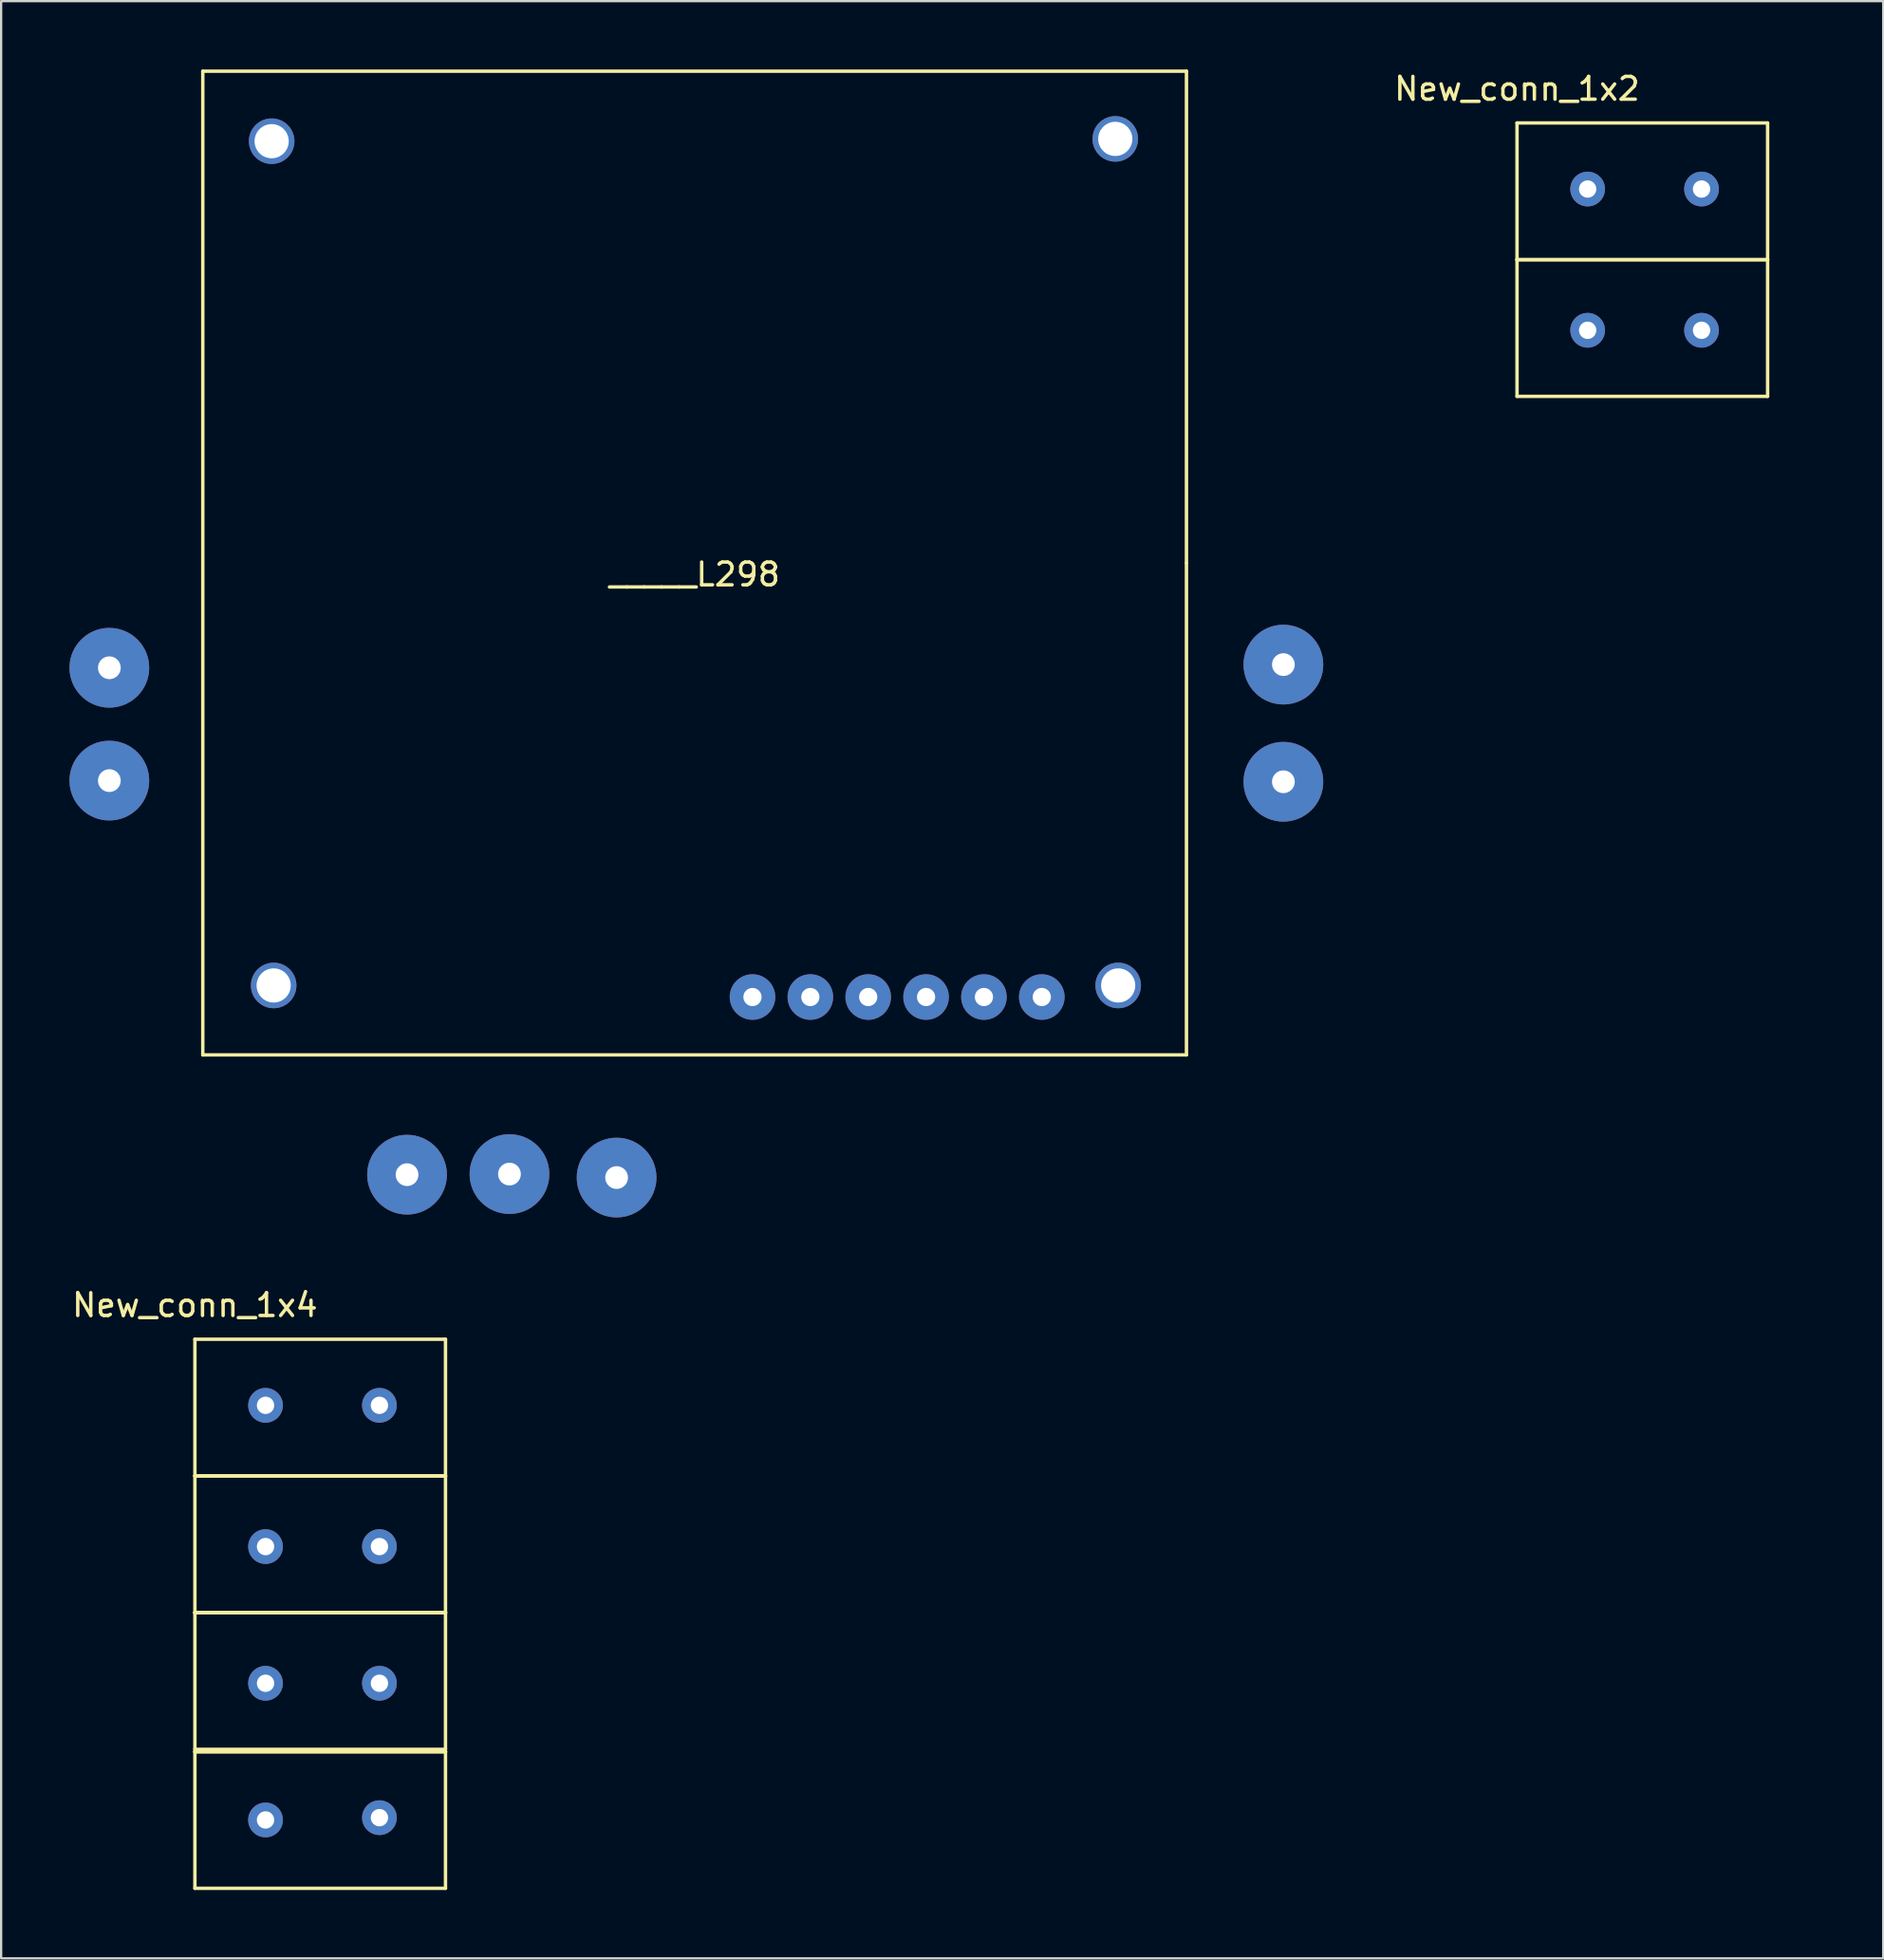
<source format=kicad_pcb>
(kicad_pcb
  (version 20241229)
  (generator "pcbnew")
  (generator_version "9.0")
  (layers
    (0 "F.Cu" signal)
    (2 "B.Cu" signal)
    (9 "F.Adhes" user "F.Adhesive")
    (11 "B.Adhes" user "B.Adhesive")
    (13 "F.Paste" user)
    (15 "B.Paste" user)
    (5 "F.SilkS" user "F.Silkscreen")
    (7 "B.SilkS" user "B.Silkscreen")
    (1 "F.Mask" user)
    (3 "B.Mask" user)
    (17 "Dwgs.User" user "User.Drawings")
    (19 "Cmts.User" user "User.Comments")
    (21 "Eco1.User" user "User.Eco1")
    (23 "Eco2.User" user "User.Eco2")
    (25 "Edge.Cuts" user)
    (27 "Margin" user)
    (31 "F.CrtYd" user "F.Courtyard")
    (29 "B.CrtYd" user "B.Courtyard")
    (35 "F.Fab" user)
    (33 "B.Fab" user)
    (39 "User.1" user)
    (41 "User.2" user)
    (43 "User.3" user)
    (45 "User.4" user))
  (footprint "New_conn_1x4"
    (layer "F.Cu")
    (at 5.506 53.738)
    (property "Reference" "New_conn_1x4" (at 0 0.5 0) (layer "F.SilkS") (effects (font (size 1 1) (thickness 0.15))))
    (attr through_hole)
    (fp_line (start 0 2) (end 11 2) (stroke (width 0.15) (type solid)) (layer "F.SilkS"))
    (fp_line (start 0 8) (end 0 2) (stroke (width 0.15) (type solid)) (layer "F.SilkS"))
    (fp_line (start 0 8) (end 11 8) (stroke (width 0.15) (type solid)) (layer "F.SilkS"))
    (fp_line (start 0 14) (end 0 8) (stroke (width 0.15) (type solid)) (layer "F.SilkS"))
    (fp_line (start 0 14) (end 11 14) (stroke (width 0.15) (type solid)) (layer "F.SilkS"))
    (fp_line (start 0 20) (end 0 14) (stroke (width 0.15) (type solid)) (layer "F.SilkS"))
    (fp_line (start 0 20.1) (end 11 20.1) (stroke (width 0.15) (type solid)) (layer "F.SilkS"))
    (fp_line (start 0 26.1) (end 0 20.1) (stroke (width 0.15) (type solid)) (layer "F.SilkS"))
    (fp_line (start 11 2) (end 11 8) (stroke (width 0.15) (type solid)) (layer "F.SilkS"))
    (fp_line (start 11 8) (end 0 8) (stroke (width 0.15) (type solid)) (layer "F.SilkS"))
    (fp_line (start 11 8) (end 11 14) (stroke (width 0.15) (type solid)) (layer "F.SilkS"))
    (fp_line (start 11 14) (end 0 14) (stroke (width 0.15) (type solid)) (layer "F.SilkS"))
    (fp_line (start 11 14) (end 0 14) (stroke (width 0.15) (type solid)) (layer "F.SilkS"))
    (fp_line (start 11 14) (end 11 20) (stroke (width 0.15) (type solid)) (layer "F.SilkS"))
    (fp_line (start 11 20) (end 0 20) (stroke (width 0.15) (type solid)) (layer "F.SilkS"))
    (fp_line (start 11 20.1) (end 0 20.1) (stroke (width 0.15) (type solid)) (layer "F.SilkS"))
    (fp_line (start 11 20.1) (end 0 20.1) (stroke (width 0.15) (type solid)) (layer "F.SilkS"))
    (fp_line (start 11 20.1) (end 11 26.1) (stroke (width 0.15) (type solid)) (layer "F.SilkS"))
    (fp_line (start 11 26.1) (end 0 26.1) (stroke (width 0.15) (type solid)) (layer "F.SilkS"))
    (fp_line (start 0 2) (end 13 2) (stroke (width 0.15) (type solid)) (layer "B.Paste"))
    (fp_line (start 0 8) (end 13 8) (stroke (width 0.15) (type solid)) (layer "B.Paste"))
    (fp_line (start 0 14) (end 13 14) (stroke (width 0.15) (type solid)) (layer "B.Paste"))
    (fp_line (start 0 20.1) (end 13 20.1) (stroke (width 0.15) (type solid)) (layer "B.Paste"))
    (fp_line (start 10.9 8) (end 13 8) (stroke (width 0.15) (type solid)) (layer "B.Paste"))
    (fp_line (start 10.9 14) (end 13 14) (stroke (width 0.15) (type solid)) (layer "B.Paste"))
    (fp_line (start 10.9 14) (end 13 14) (stroke (width 0.15) (type solid)) (layer "B.Paste"))
    (fp_line (start 10.9 20) (end 13 20) (stroke (width 0.15) (type solid)) (layer "B.Paste"))
    (fp_line (start 10.9 20.1) (end 13 20.1) (stroke (width 0.15) (type solid)) (layer "B.Paste"))
    (fp_line (start 10.9 20.1) (end 13 20.1) (stroke (width 0.15) (type solid)) (layer "B.Paste"))
    (fp_line (start 10.9 26.1) (end 13 26.1) (stroke (width 0.15) (type solid)) (layer "B.Paste"))
    (fp_line (start 13 8) (end 13 2) (stroke (width 0.15) (type solid)) (layer "B.Paste"))
    (fp_line (start 13 14) (end 13 8) (stroke (width 0.15) (type solid)) (layer "B.Paste"))
    (fp_line (start 13 20) (end 13 14) (stroke (width 0.15) (type solid)) (layer "B.Paste"))
    (fp_line (start 13 26.1) (end 13 20.1) (stroke (width 0.15) (type solid)) (layer "B.Paste"))
    (pad "1" thru_hole circle (at 3.1 4.9) (size 1.524 1.524) (drill 0.762) (layers "*.Cu" "*.Mask"))
    (pad "1" thru_hole circle (at 8.1 4.9) (size 1.524 1.524) (drill 0.762) (layers "*.Cu" "*.Mask"))
    (pad "2" thru_hole circle (at 3.1 11.1) (size 1.524 1.524) (drill 0.762) (layers "*.Cu" "*.Mask"))
    (pad "2" thru_hole circle (at 8.1 11.1) (size 1.524 1.524) (drill 0.762) (layers "*.Cu" "*.Mask"))
    (pad "3" thru_hole circle (at 3.1 17.1) (size 1.524 1.524) (drill 0.762) (layers "*.Cu" "*.Mask"))
    (pad "3" thru_hole circle (at 8.1 17.1) (size 1.524 1.524) (drill 0.762) (layers "*.Cu" "*.Mask"))
    (pad "4" thru_hole circle (at 3.1 23.1) (size 1.524 1.524) (drill 0.762) (layers "*.Cu" "*.Mask"))
    (pad "4" thru_hole circle (at 8.1 23) (size 1.524 1.524) (drill 0.762) (layers "*.Cu" "*.Mask")))
  (footprint "New_conn_1x2"
    (layer "F.Cu")
    (at 63.543 0.348)
    (property "Reference" "New_conn_1x2" (at 0 0.5 0) (layer "F.SilkS") (effects (font (size 1 1) (thickness 0.15))))
    (attr through_hole)
    (fp_line (start 0 2) (end 11 2) (stroke (width 0.15) (type solid)) (layer "F.SilkS"))
    (fp_line (start 0 8) (end 0 2) (stroke (width 0.15) (type solid)) (layer "F.SilkS"))
    (fp_line (start 0 8) (end 11 8) (stroke (width 0.15) (type solid)) (layer "F.SilkS"))
    (fp_line (start 0 14) (end 0 8) (stroke (width 0.15) (type solid)) (layer "F.SilkS"))
    (fp_line (start 11 2) (end 11 8) (stroke (width 0.15) (type solid)) (layer "F.SilkS"))
    (fp_line (start 11 8) (end 0 8) (stroke (width 0.15) (type solid)) (layer "F.SilkS"))
    (fp_line (start 11 8) (end 11 14) (stroke (width 0.15) (type solid)) (layer "F.SilkS"))
    (fp_line (start 11 14) (end 0 14) (stroke (width 0.15) (type solid)) (layer "F.SilkS"))
    (fp_line (start 0 2) (end 13 2) (stroke (width 0.15) (type solid)) (layer "B.Paste"))
    (fp_line (start 0 8) (end 13 8) (stroke (width 0.15) (type solid)) (layer "B.Paste"))
    (fp_line (start 10.9 8) (end 13 8) (stroke (width 0.15) (type solid)) (layer "B.Paste"))
    (fp_line (start 10.9 14) (end 13 14) (stroke (width 0.15) (type solid)) (layer "B.Paste"))
    (fp_line (start 13 8) (end 13 2) (stroke (width 0.15) (type solid)) (layer "B.Paste"))
    (fp_line (start 13 14) (end 13 8) (stroke (width 0.15) (type solid)) (layer "B.Paste"))
    (pad "1" thru_hole circle (at 3.1 4.9) (size 1.524 1.524) (drill 0.762) (layers "*.Cu" "*.Mask"))
    (pad "1" thru_hole circle (at 8.1 4.9) (size 1.524 1.524) (drill 0.762) (layers "*.Cu" "*.Mask"))
    (pad "2" thru_hole circle (at 3.1 11.1) (size 1.524 1.524) (drill 0.762) (layers "*.Cu" "*.Mask"))
    (pad "2" thru_hole circle (at 8.1 11.1) (size 1.524 1.524) (drill 0.762) (layers "*.Cu" "*.Mask")))
  (footprint "_____L298"
    (layer "F.Cu")
    (at 27.442 21.665)
    (property "Reference" "_____L298" (at 0 0.5 0) (layer "F.SilkS") (effects (font (size 1 1) (thickness 0.15))))
    (attr through_hole)
    (fp_line (start -21.59 -21.59) (end 21.59 -21.59) (stroke (width 0.15) (type solid)) (layer "F.SilkS"))
    (fp_line (start -21.59 21.59) (end -21.59 -21.59) (stroke (width 0.15) (type solid)) (layer "F.SilkS"))
    (fp_line (start 21.59 -21.59) (end 21.59 0) (stroke (width 0.15) (type solid)) (layer "F.SilkS"))
    (fp_line (start 21.59 0) (end 21.59 21.59) (stroke (width 0.15) (type solid)) (layer "F.SilkS"))
    (fp_line (start 21.59 21.59) (end -21.59 21.59) (stroke (width 0.15) (type solid)) (layer "F.SilkS"))
    (pad "0" thru_hole circle (at -18.567 -18.517) (size 2 2) (drill 1.5) (layers "*.Cu" "*.Mask"))
    (pad "0" thru_hole circle (at -18.479 18.542) (size 2 2) (drill 1.5) (layers "*.Cu" "*.Mask"))
    (pad "0" thru_hole circle (at 18.466 -18.618) (size 2 2) (drill 1.5) (layers "*.Cu" "*.Mask"))
    (pad "0" thru_hole circle (at 18.593 18.542) (size 2 2) (drill 1.5) (layers "*.Cu" "*.Mask"))
    (pad "1" thru_hole circle (at -12.624 26.848) (size 3.5 3.5) (drill 1) (layers "*.Cu" "*.Mask"))
    (pad "2" thru_hole circle (at -8.128 26.822) (size 3.5 3.5) (drill 1) (layers "*.Cu" "*.Mask"))
    (pad "3" thru_hole circle (at 2.54 19.05) (size 2 2) (drill 0.8) (layers "*.Cu" "*.Mask"))
    (pad "4" thru_hole circle (at 5.08 19.05) (size 2 2) (drill 0.8) (layers "*.Cu" "*.Mask"))
    (pad "5" thru_hole circle (at 7.62 19.05) (size 2 2) (drill 0.8) (layers "*.Cu" "*.Mask"))
    (pad "6" thru_hole circle (at 10.16 19.05) (size 2 2) (drill 0.8) (layers "*.Cu" "*.Mask"))
    (pad "7" thru_hole circle (at 12.7 19.05) (size 2 2) (drill 0.8) (layers "*.Cu" "*.Mask"))
    (pad "8" thru_hole circle (at 15.24 19.05) (size 2 2) (drill 0.8) (layers "*.Cu" "*.Mask"))
    (pad "9" thru_hole circle (at -25.692 4.597) (size 3.5 3.5) (drill 1) (layers "*.Cu" "*.Mask"))
    (pad "10" thru_hole circle (at -25.692 9.55) (size 3.5 3.5) (drill 1) (layers "*.Cu" "*.Mask"))
    (pad "11" thru_hole circle (at 25.845 4.458) (size 3.5 3.5) (drill 1) (layers "*.Cu" "*.Mask"))
    (pad "12" thru_hole circle (at 25.845 9.601) (size 3.5 3.5) (drill 1) (layers "*.Cu" "*.Mask"))
    (pad "17" thru_hole circle (at -3.425 26.975) (size 3.5 3.5) (drill 1) (layers "*.Cu" "*.Mask")))
  (gr_rect
    (start -3 -3)
    (end 79.618 82.913)
    (stroke (width 0.1) (type default))
    (fill no)
    (layer "Edge.Cuts")))
</source>
